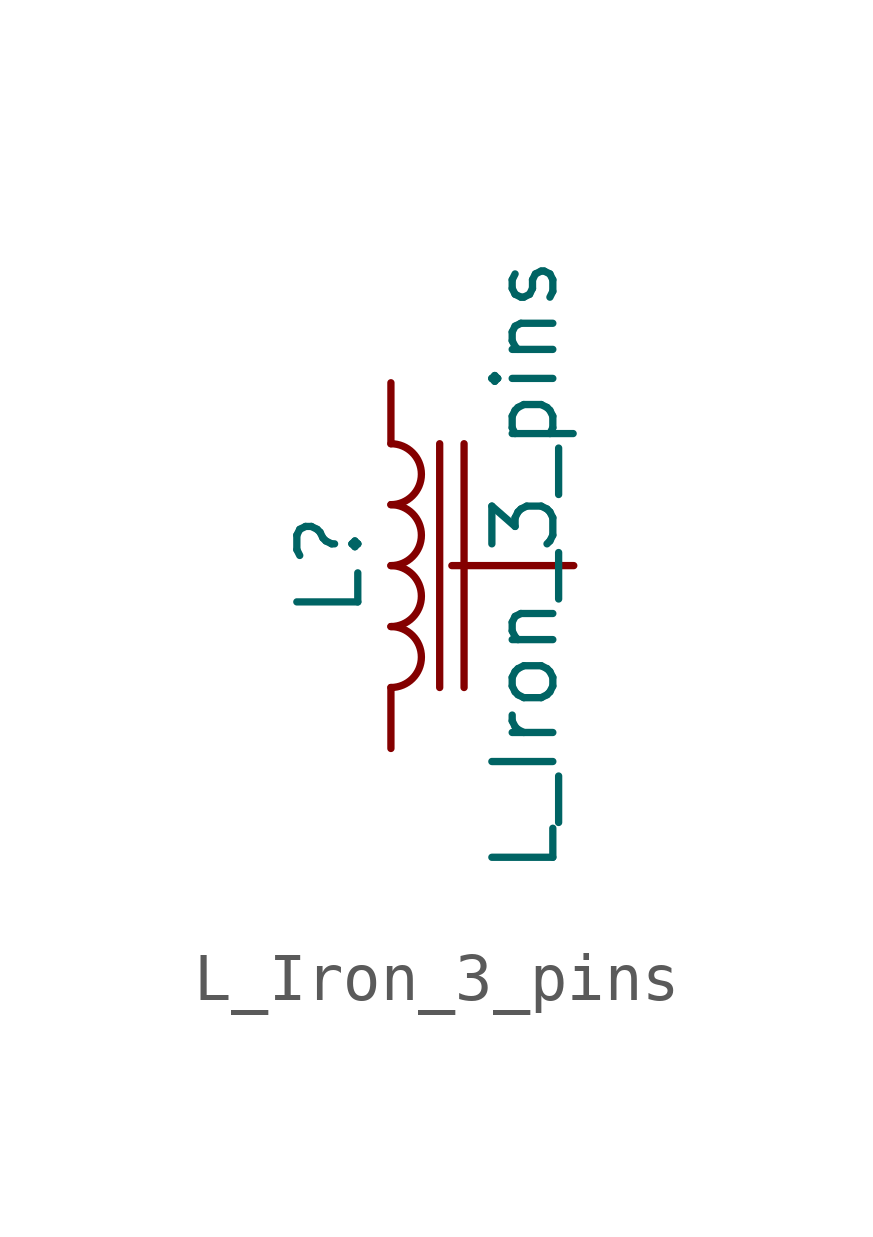
<source format=kicad_sym>
(kicad_symbol_lib
  (version 20241209)
  (generator "kicad_symbol_editor")
  (generator_version "9.0")
  (symbol "L_Iron_3_pins"
    (pin_numbers
      (hide yes))
    (pin_names
      (offset 1.016)
      (hide yes))
    (property "Reference" "L"
      (at -1.27 0 90)
      (effects (font (size 1.27 1.27))))
    (property "Value" "L_Iron_3_pins"
      (at 2.794 0 90)
      (effects (font (size 1.27 1.27))))
    (symbol "L_Iron_3_pins_0_1"
      (arc (start 0 2.54) (mid 0.6323 1.905) (end 0 1.27) (stroke (width 0) (type default)) (fill (type none)))
      (arc (start 0 1.27) (mid 0.6323 0.635) (end 0 0) (stroke (width 0) (type default)) (fill (type none)))
      (arc (start 0 0) (mid 0.6323 -0.635) (end 0 -1.27) (stroke (width 0) (type default)) (fill (type none)))
      (arc (start 0 -1.27) (mid 0.6323 -1.905) (end 0 -2.54) (stroke (width 0) (type default)) (fill (type none)))
      (polyline (pts (xy 1.016 2.54) (xy 1.016 -2.54)) (stroke (width 0) (type default)) (fill (type none)))
      (polyline (pts (xy 1.524 -2.54) (xy 1.524 2.54)) (stroke (width 0) (type default)) (fill (type none))))
    (symbol "L_Iron_3_pins_1_1"
      (pin passive line (at 0 3.81 270) (length 1.27) (name "1" (effects (font (size 1.27 1.27)))) (number "1" (effects (font (size 1.27 1.27)))))
      (pin passive line (at 0 -3.81 90) (length 1.27) (name "2" (effects (font (size 1.27 1.27)))) (number "2" (effects (font (size 1.27 1.27)))))
      (pin passive line (at 3.81 0 180) (length 2.54) (name "case" (effects (font (size 1.27 1.27)))) (number "3" (effects (font (size 1.27 1.27))))))))
</source>
